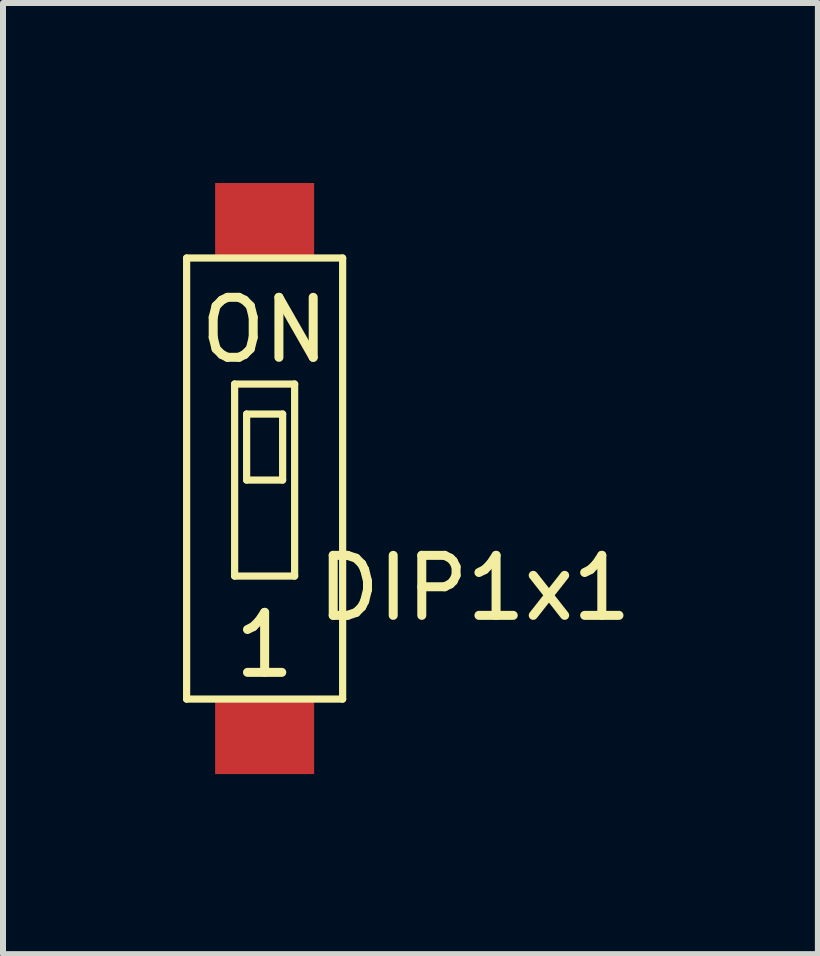
<source format=kicad_pcb>
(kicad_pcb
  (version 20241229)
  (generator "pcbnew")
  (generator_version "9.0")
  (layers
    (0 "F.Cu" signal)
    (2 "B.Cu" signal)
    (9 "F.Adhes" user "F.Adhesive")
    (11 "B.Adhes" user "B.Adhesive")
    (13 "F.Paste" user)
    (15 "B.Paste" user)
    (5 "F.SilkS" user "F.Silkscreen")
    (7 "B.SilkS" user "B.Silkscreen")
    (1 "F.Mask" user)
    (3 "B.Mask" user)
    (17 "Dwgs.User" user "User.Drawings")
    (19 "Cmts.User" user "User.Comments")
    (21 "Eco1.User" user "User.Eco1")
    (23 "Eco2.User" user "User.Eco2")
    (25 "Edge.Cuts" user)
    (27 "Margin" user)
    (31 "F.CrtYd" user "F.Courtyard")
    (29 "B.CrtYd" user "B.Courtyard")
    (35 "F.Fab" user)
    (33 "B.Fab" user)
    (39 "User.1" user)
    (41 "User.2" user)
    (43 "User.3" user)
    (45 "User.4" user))
  (footprint "DIP1x1"
    (layer "F.Cu")
    (at 1.36 4.95)
    (property "Reference" "DIP1x1" (at 3.5 1.8 0) (layer "F.SilkS") (effects (font (size 1 1) (thickness 0.15))))
    (attr smd)
    (fp_line (start -1.3 -3.7) (end -1.3 3.65) (stroke (width 0.12) (type solid)) (layer "F.SilkS"))
    (fp_line (start -1.3 -3.7) (end 1.3 -3.7) (stroke (width 0.12) (type solid)) (layer "F.SilkS"))
    (fp_line (start -0.5 -1.6) (end -0.5 1.6) (stroke (width 0.12) (type solid)) (layer "F.SilkS"))
    (fp_line (start -0.5 1.6) (end 0.5 1.6) (stroke (width 0.12) (type solid)) (layer "F.SilkS"))
    (fp_line (start -0.3 -1.1) (end 0.3 -1.1) (stroke (width 0.12) (type solid)) (layer "F.SilkS"))
    (fp_line (start -0.3 0) (end -0.3 -1.1) (stroke (width 0.12) (type solid)) (layer "F.SilkS"))
    (fp_line (start 0.3 -1.1) (end 0.3 0) (stroke (width 0.12) (type solid)) (layer "F.SilkS"))
    (fp_line (start 0.3 0) (end -0.3 0) (stroke (width 0.12) (type solid)) (layer "F.SilkS"))
    (fp_line (start 0.5 -1.6) (end -0.5 -1.6) (stroke (width 0.12) (type solid)) (layer "F.SilkS"))
    (fp_line (start 0.5 1.6) (end 0.5 -1.6) (stroke (width 0.12) (type solid)) (layer "F.SilkS"))
    (fp_line (start 1.3 -3.7) (end 1.3 3.65) (stroke (width 0.12) (type solid)) (layer "F.SilkS"))
    (fp_line (start 1.3 3.65) (end -1.3 3.65) (stroke (width 0.12) (type solid)) (layer "F.SilkS"))
    (fp_text user "ON" (at 0 -2.5 0) (layer "F.SilkS") (effects (font (size 1 1) (thickness 0.15))))
    (fp_text user "1" (at 0 2.75 0) (layer "F.SilkS") (effects (font (size 1 1) (thickness 0.15))))
    (pad "1" smd rect (at 0 4.3) (size 1.65 1.2) (layers "F.Cu" "F.Mask" "F.Paste"))
    (pad "2" smd rect (at 0 -4.35) (size 1.65 1.2) (layers "F.Cu" "F.Mask" "F.Paste")))
  (gr_rect
    (start -3 -3)
    (end 10.58 12.85)
    (stroke (width 0.1) (type default))
    (fill no)
    (layer "Edge.Cuts")))
</source>
